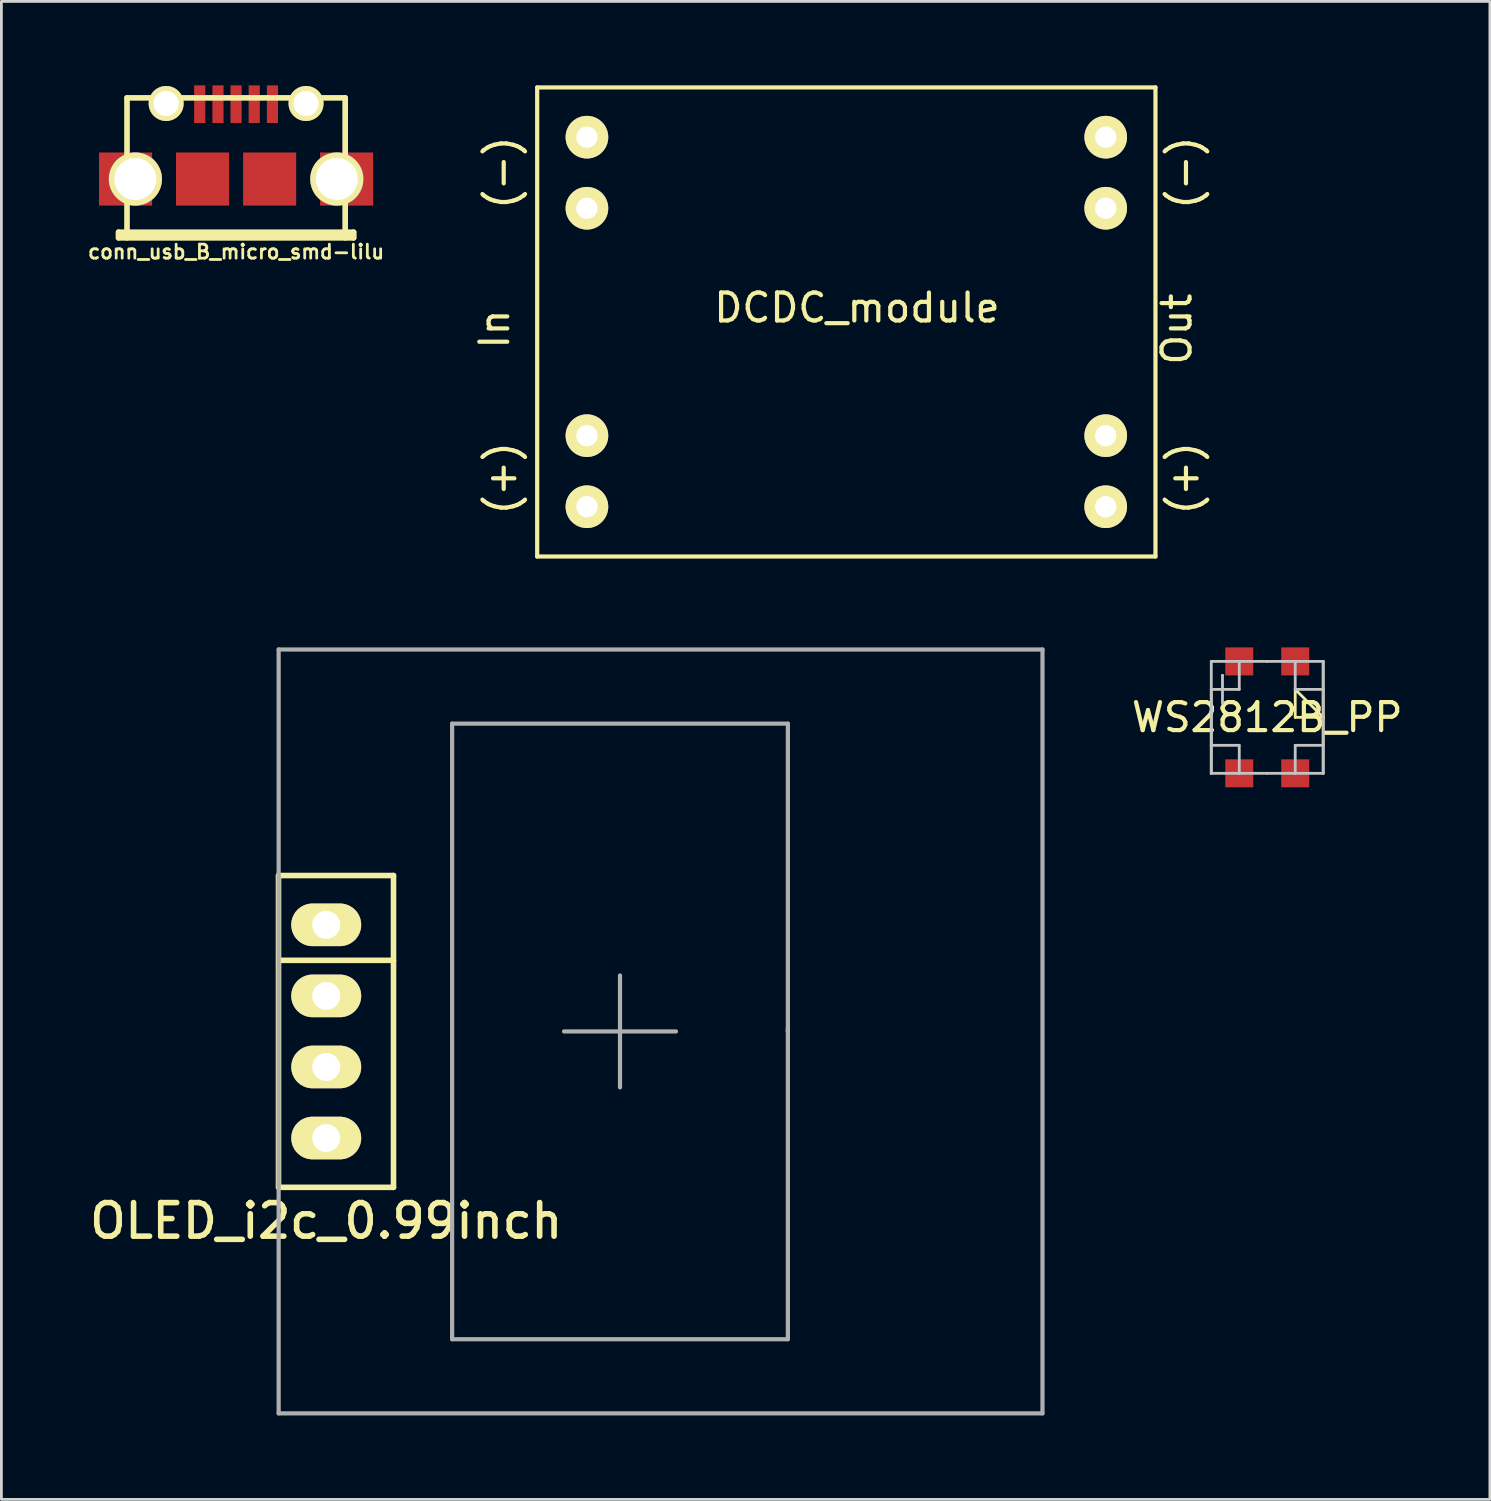
<source format=kicad_pcb>
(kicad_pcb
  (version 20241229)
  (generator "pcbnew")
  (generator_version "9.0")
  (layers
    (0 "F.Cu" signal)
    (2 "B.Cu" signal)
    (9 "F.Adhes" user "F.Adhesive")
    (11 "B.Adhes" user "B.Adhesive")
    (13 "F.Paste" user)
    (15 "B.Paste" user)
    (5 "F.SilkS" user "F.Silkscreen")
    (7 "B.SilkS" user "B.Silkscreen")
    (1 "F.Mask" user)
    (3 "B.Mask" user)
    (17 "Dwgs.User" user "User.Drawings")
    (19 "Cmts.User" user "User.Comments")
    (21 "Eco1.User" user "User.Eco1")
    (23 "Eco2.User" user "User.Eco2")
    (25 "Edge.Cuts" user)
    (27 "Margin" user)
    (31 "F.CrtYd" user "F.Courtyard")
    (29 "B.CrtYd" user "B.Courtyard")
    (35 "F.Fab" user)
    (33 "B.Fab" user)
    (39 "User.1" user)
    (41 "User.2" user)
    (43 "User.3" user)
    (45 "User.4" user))
  (footprint "conn_usb_B_micro_smd-lilu"
    (layer "F.Cu")
    (at 5.388 3.349)
    (property "Reference" "conn_usb_B_micro_smd-lilu" (at 0 2.601 0) (layer "F.SilkS") (effects (font (size 0.5 0.5) (thickness 0.099))))
    (attr through_hole)
    (fp_line (start -4.201 1.9) (end -4.201 2.101) (stroke (width 0.201) (type solid)) (layer "F.SilkS"))
    (fp_line (start -4.201 1.999) (end 4.201 1.999) (stroke (width 0.201) (type solid)) (layer "F.SilkS"))
    (fp_line (start -4.201 2.101) (end 4.201 2.101) (stroke (width 0.201) (type solid)) (layer "F.SilkS"))
    (fp_line (start -3.899 -2.901) (end 3.899 -2.901) (stroke (width 0.201) (type solid)) (layer "F.SilkS"))
    (fp_line (start -3.899 2.101) (end -3.899 -2.901) (stroke (width 0.201) (type solid)) (layer "F.SilkS"))
    (fp_line (start 3.899 -2.901) (end 3.899 2.101) (stroke (width 0.201) (type solid)) (layer "F.SilkS"))
    (fp_line (start 4.201 1.9) (end -4.201 1.9) (stroke (width 0.201) (type solid)) (layer "F.SilkS"))
    (fp_line (start 4.201 2.101) (end 4.201 1.9) (stroke (width 0.201) (type solid)) (layer "F.SilkS"))
    (pad "1" smd rect (at -1.3 -2.675) (size 0.399 1.349) (layers "F.Cu" "F.Mask" "F.Paste"))
    (pad "2" smd rect (at -0.648 -2.675) (size 0.399 1.346) (layers "F.Cu" "F.Mask" "F.Paste"))
    (pad "3" smd rect (at 0 -2.675) (size 0.399 1.346) (layers "F.Cu" "F.Mask" "F.Paste"))
    (pad "4" smd rect (at 0.648 -2.675) (size 0.399 1.346) (layers "F.Cu" "F.Mask" "F.Paste"))
    (pad "5" smd rect (at 1.3 -2.675) (size 0.399 1.346) (layers "F.Cu" "F.Mask" "F.Paste"))
    (pad "6" smd rect (at -3.95 0) (size 1.897 1.897) (layers "F.Cu" "F.Mask" "F.Paste"))
    (pad "6" thru_hole circle (at -3.6 0) (size 1.9 1.9) (drill 1.5) (layers "*.Cu" "*.Mask" "F.SilkS"))
    (pad "6" thru_hole circle (at -2.5 -2.7) (size 1.25 1.25) (drill 0.9) (layers "*.Cu" "*.Mask" "F.SilkS"))
    (pad "6" smd rect (at -1.199 0) (size 1.897 1.897) (layers "F.Cu" "F.Mask" "F.Paste"))
    (pad "6" smd rect (at 1.199 0) (size 1.897 1.897) (layers "F.Cu" "F.Mask" "F.Paste"))
    (pad "6" thru_hole circle (at 2.5 -2.7) (size 1.25 1.25) (drill 0.9) (layers "*.Cu" "*.Mask" "F.SilkS"))
    (pad "6" thru_hole circle (at 3.6 0) (size 1.9 1.9) (drill 1.5) (layers "*.Cu" "*.Mask" "F.SilkS"))
    (pad "6" smd rect (at 3.95 0) (size 1.897 1.897) (layers "F.Cu" "F.Mask" "F.Paste")))
  (footprint "DCDC_module"
    (layer "F.Cu")
    (at 16.149 16.839)
    (property "Reference" "DCDC_module" (at 11.43 -8.89 0) (layer "F.SilkS") (effects (font (size 1 1) (thickness 0.15))))
    (attr through_hole)
    (fp_line (start 0 -16.764) (end 22.098 -16.764) (stroke (width 0.15) (type solid)) (layer "F.SilkS"))
    (fp_line (start 0 0) (end 0 -16.764) (stroke (width 0.15) (type solid)) (layer "F.SilkS"))
    (fp_line (start 22.098 -16.764) (end 22.098 0) (stroke (width 0.15) (type solid)) (layer "F.SilkS"))
    (fp_line (start 22.098 0) (end 0 0) (stroke (width 0.15) (type solid)) (layer "F.SilkS"))
    (fp_text user "(-)" (at 23.114 -13.716 90) (layer "F.SilkS") (effects (font (size 1 1) (thickness 0.15))))
    (fp_text user "(+)" (at -1.27 -2.794 90) (layer "F.SilkS") (effects (font (size 1 1) (thickness 0.15))))
    (fp_text user "(-)" (at -1.27 -13.716 90) (layer "F.SilkS") (effects (font (size 1 1) (thickness 0.15))))
    (fp_text user "In" (at -1.524 -8.128 90) (layer "F.SilkS") (effects (font (size 1 1) (thickness 0.15))))
    (fp_text user "(+)" (at 23.114 -2.794 90) (layer "F.SilkS") (effects (font (size 1 1) (thickness 0.15))))
    (fp_text user "Out" (at 22.86 -8.128 90) (layer "F.SilkS") (effects (font (size 1 1) (thickness 0.15))))
    (pad "1" thru_hole circle (at 1.778 -14.986) (size 1.524 1.524) (drill 0.762) (layers "*.Cu" "*.Mask" "F.SilkS"))
    (pad "2" thru_hole circle (at 1.778 -12.446) (size 1.524 1.524) (drill 0.762) (layers "*.Cu" "*.Mask" "F.SilkS"))
    (pad "3" thru_hole circle (at 1.778 -4.318) (size 1.524 1.524) (drill 0.762) (layers "*.Cu" "*.Mask" "F.SilkS"))
    (pad "4" thru_hole circle (at 1.778 -1.778) (size 1.524 1.524) (drill 0.762) (layers "*.Cu" "*.Mask" "F.SilkS"))
    (pad "5" thru_hole circle (at 20.32 -1.778) (size 1.524 1.524) (drill 0.762) (layers "*.Cu" "*.Mask" "F.SilkS"))
    (pad "6" thru_hole circle (at 20.32 -4.318) (size 1.524 1.524) (drill 0.762) (layers "*.Cu" "*.Mask" "F.SilkS"))
    (pad "7" thru_hole circle (at 20.32 -12.446) (size 1.524 1.524) (drill 0.762) (layers "*.Cu" "*.Mask" "F.SilkS"))
    (pad "8" thru_hole circle (at 20.32 -14.986) (size 1.524 1.524) (drill 0.762) (layers "*.Cu" "*.Mask" "F.SilkS")))
  (footprint "OLED_i2c_0.99inch"
    (layer "F.Cu")
    (at 8.609 33.814)
    (property "Reference" "OLED_i2c_0.99inch" (at 0 6.772 0) (layer "F.SilkS") (effects (font (size 1.2 1.2) (thickness 0.2))))
    (attr through_hole)
    (fp_line (start -1.705 5.572) (end -1.705 -5.572) (stroke (width 0.2) (type solid)) (layer "F.SilkS"))
    (fp_line (start -1.7 -5.572) (end 2.405 -5.572) (stroke (width 0.2) (type solid)) (layer "F.SilkS"))
    (fp_line (start -1.7 -2.54) (end 2.405 -2.54) (stroke (width 0.2) (type solid)) (layer "F.SilkS"))
    (fp_line (start 2.405 -5.572) (end 2.405 5.572) (stroke (width 0.2) (type solid)) (layer "F.SilkS"))
    (fp_line (start 2.405 5.572) (end -1.7 5.572) (stroke (width 0.2) (type solid)) (layer "F.SilkS"))
    (fp_line (start -1.7 -13.65) (end -1.7 13.65) (stroke (width 0.15) (type solid)) (layer "F.Fab"))
    (fp_line (start -1.7 13.65) (end 25.6 13.65) (stroke (width 0.15) (type solid)) (layer "F.Fab"))
    (fp_line (start 4.5 -11) (end 4.5 11) (stroke (width 0.15) (type solid)) (layer "F.Fab"))
    (fp_line (start 4.5 11) (end 16.5 11) (stroke (width 0.15) (type solid)) (layer "F.Fab"))
    (fp_line (start 8.5 0) (end 12.5 0) (stroke (width 0.15) (type solid)) (layer "F.Fab"))
    (fp_line (start 10.5 -2) (end 10.5 2) (stroke (width 0.15) (type solid)) (layer "F.Fab"))
    (fp_line (start 16.5 -11) (end 4.5 -11) (stroke (width 0.15) (type solid)) (layer "F.Fab"))
    (fp_line (start 16.5 0) (end 16.5 -11) (stroke (width 0.15) (type solid)) (layer "F.Fab"))
    (fp_line (start 16.5 0) (end 16.5 -0.1) (stroke (width 0.15) (type solid)) (layer "F.Fab"))
    (fp_line (start 16.5 11) (end 16.5 0) (stroke (width 0.15) (type solid)) (layer "F.Fab"))
    (fp_line (start 25.6 -13.65) (end -1.7 -13.65) (stroke (width 0.15) (type solid)) (layer "F.Fab"))
    (fp_line (start 25.6 13.65) (end 25.6 -13.65) (stroke (width 0.15) (type solid)) (layer "F.Fab"))
    (pad "1" thru_hole oval (at 0 -3.81) (size 2.5 1.524) (drill 1) (layers "*.Cu" "*.Mask" "F.SilkS"))
    (pad "2" thru_hole oval (at 0 -1.27) (size 2.5 1.524) (drill 1) (layers "*.Cu" "*.Mask" "F.SilkS"))
    (pad "3" thru_hole oval (at 0 1.27) (size 2.5 1.524) (drill 1) (layers "*.Cu" "*.Mask" "F.SilkS"))
    (pad "4" thru_hole oval (at 0 3.81) (size 2.5 1.524) (drill 1) (layers "*.Cu" "*.Mask" "F.SilkS")))
  (footprint "WS2812B_PP"
    (layer "F.Cu")
    (at 42.242 22.589)
    (property "Reference" "WS2812B_PP" (at 0 0 0) (layer "F.SilkS") (effects (font (size 1 1) (thickness 0.15))))
    (attr through_hole)
    (fp_line (start -2 -1) (end -2 1) (stroke (width 0.1) (type solid)) (layer "F.SilkS"))
    (fp_line (start 0 -2) (end 0 -2) (stroke (width 0.1) (type solid)) (layer "F.SilkS"))
    (fp_line (start 0 2) (end 0 2) (stroke (width 0.1) (type solid)) (layer "F.SilkS"))
    (fp_line (start 1 -1) (end 1 0) (stroke (width 0.1) (type solid)) (layer "F.SilkS"))
    (fp_line (start 1 0) (end 2 0) (stroke (width 0.1) (type solid)) (layer "F.SilkS"))
    (fp_line (start 2 -1) (end 2 1) (stroke (width 0.1) (type solid)) (layer "F.SilkS"))
    (fp_line (start 2 0) (end 1 -1) (stroke (width 0.1) (type solid)) (layer "F.SilkS"))
    (fp_line (start -2 -2) (end -1 -2) (stroke (width 0.1) (type solid)) (layer "Dwgs.User"))
    (fp_line (start -2 1) (end -1 1) (stroke (width 0.1) (type solid)) (layer "Dwgs.User"))
    (fp_line (start -2 2) (end -2 -2) (stroke (width 0.1) (type solid)) (layer "Dwgs.User"))
    (fp_line (start -2 2) (end -2 1) (stroke (width 0.1) (type solid)) (layer "Dwgs.User"))
    (fp_line (start -2 2) (end -2 2) (stroke (width 0.1) (type solid)) (layer "Dwgs.User"))
    (fp_line (start -1.6 -1.5) (end -1.6 -1.5) (stroke (width 0.1) (type solid)) (layer "Dwgs.User"))
    (fp_line (start -1.6 -0.5) (end -1.6 -1.5) (stroke (width 0.1) (type solid)) (layer "Dwgs.User"))
    (fp_line (start -1 -2) (end -1 -1) (stroke (width 0.1) (type solid)) (layer "Dwgs.User"))
    (fp_line (start -1 -2) (end 1 -2) (stroke (width 0.1) (type solid)) (layer "Dwgs.User"))
    (fp_line (start -1 -1) (end -2 -1) (stroke (width 0.1) (type solid)) (layer "Dwgs.User"))
    (fp_line (start -1 1) (end -1 2) (stroke (width 0.1) (type solid)) (layer "Dwgs.User"))
    (fp_line (start -1 2) (end -2 2) (stroke (width 0.1) (type solid)) (layer "Dwgs.User"))
    (fp_line (start -1 2) (end 1 2) (stroke (width 0.1) (type solid)) (layer "Dwgs.User"))
    (fp_line (start 1 -2) (end 1 -1) (stroke (width 0.1) (type solid)) (layer "Dwgs.User"))
    (fp_line (start 1 -1) (end 2 -1) (stroke (width 0.1) (type solid)) (layer "Dwgs.User"))
    (fp_line (start 1 1) (end 2 1) (stroke (width 0.1) (type solid)) (layer "Dwgs.User"))
    (fp_line (start 1 2) (end 1 1) (stroke (width 0.1) (type solid)) (layer "Dwgs.User"))
    (fp_line (start 2 -2) (end 1 -2) (stroke (width 0.1) (type solid)) (layer "Dwgs.User"))
    (fp_line (start 2 -2) (end 2 -2) (stroke (width 0.1) (type solid)) (layer "Dwgs.User"))
    (fp_line (start 2 -2) (end 2 2) (stroke (width 0.1) (type solid)) (layer "Dwgs.User"))
    (fp_line (start 2 -1) (end 2 -2) (stroke (width 0.1) (type solid)) (layer "Dwgs.User"))
    (fp_line (start 2 1) (end 2 2) (stroke (width 0.1) (type solid)) (layer "Dwgs.User"))
    (fp_line (start 2 2) (end 1 2) (stroke (width 0.1) (type solid)) (layer "Dwgs.User"))
    (fp_line (start 2 2) (end 2 2) (stroke (width 0.1) (type solid)) (layer "Dwgs.User"))
    (pad "1" smd rect (at -1 2) (size 1 1) (layers "F.Cu" "F.Mask" "F.Paste"))
    (pad "2" smd rect (at 1 2) (size 1 1) (layers "F.Cu" "F.Mask" "F.Paste"))
    (pad "3" smd rect (at 1 -2) (size 1 1) (layers "F.Cu" "F.Mask" "F.Paste"))
    (pad "4" smd rect (at -1 -2) (size 1 1) (layers "F.Cu" "F.Mask" "F.Paste")))
  (gr_rect
    (start -3 -3)
    (end 50.2 50.539)
    (stroke (width 0.1) (type default))
    (fill no)
    (layer "Edge.Cuts")))
</source>
